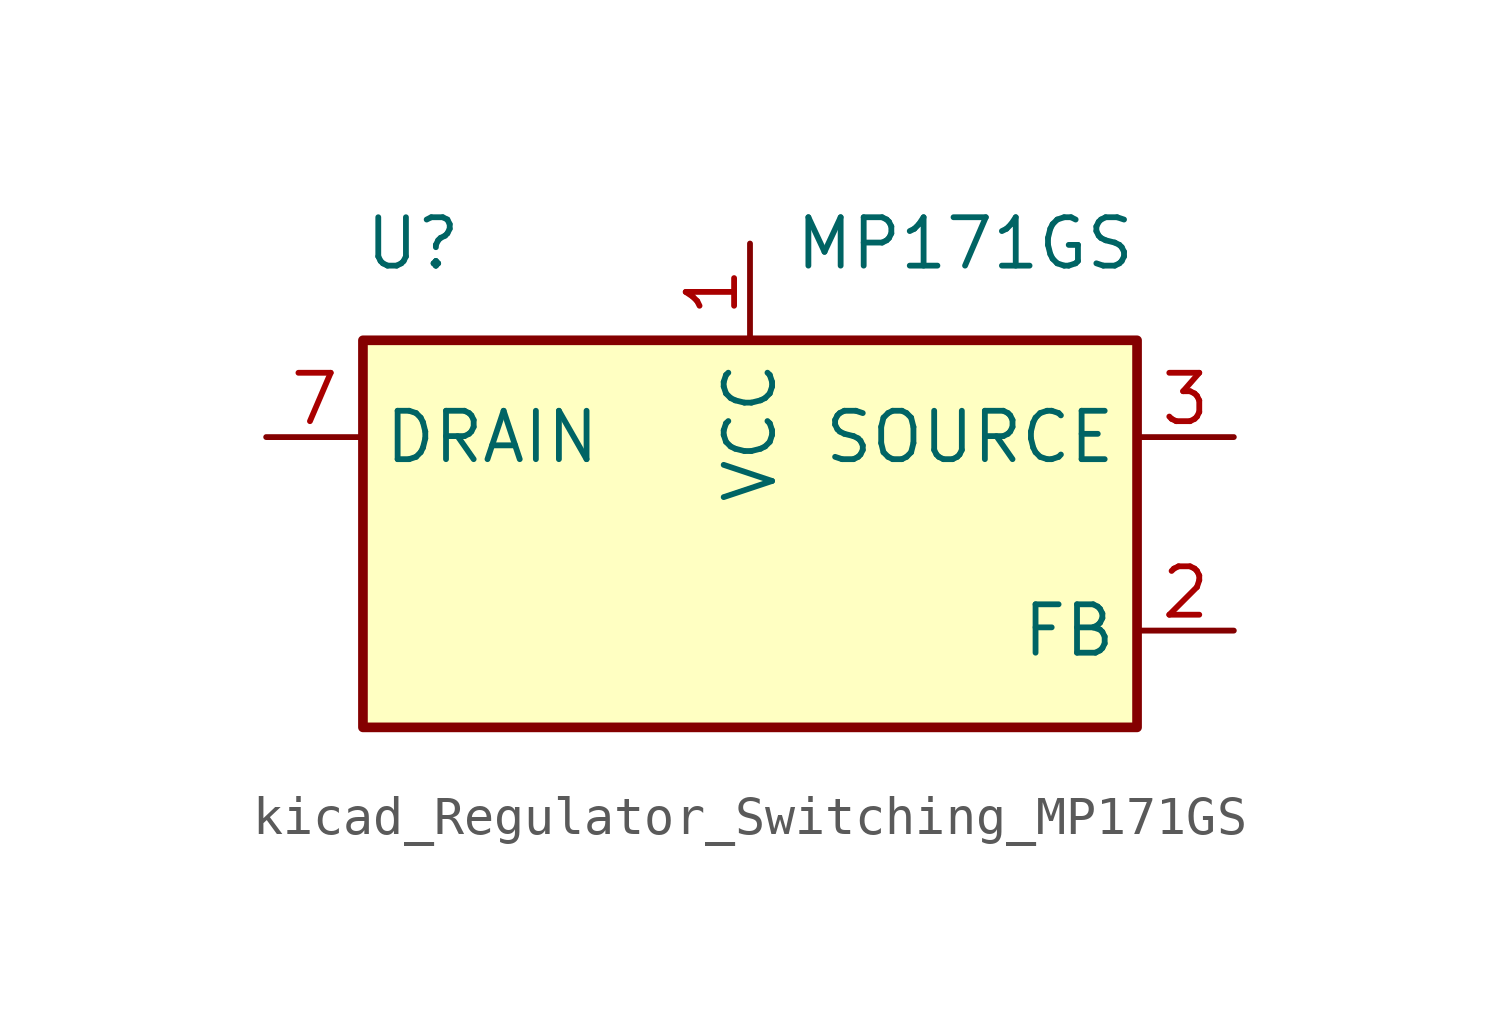
<source format=kicad_sym>
(kicad_symbol_lib
  (version 20220914)
  (generator kicad_symbol_editor)
  (symbol "kicad_Regulator_Switching_MP171GS"
    (property "Reference" "U"
      (at -10.16 7.62 0)
      (effects (font (size 1.27 1.27)) (justify left)))
    (property "Value" "MP171GS"
      (at 10.16 7.62 0)
      (effects (font (size 1.27 1.27)) (justify right)))
    (symbol "kicad_Regulator_Switching_MP171GS_1_1"
      (rectangle (start 10.16 5.08) (end -10.16 -5.08) (stroke (width 0.254) (type default)) (fill (type background)))
      (pin power_in line (at 0 7.62 270) (length 2.54) (name "VCC" (effects (font (size 1.27 1.27)))) (number "1" (effects (font (size 1.27 1.27)))))
      (pin passive line (at 12.7 -2.54 180) (length 2.54) (name "FB" (effects (font (size 1.27 1.27)))) (number "2" (effects (font (size 1.27 1.27)))))
      (pin power_out line (at 12.7 2.54 180) (length 2.54) (name "SOURCE" (effects (font (size 1.27 1.27)))) (number "3" (effects (font (size 1.27 1.27)))))
      (pin passive line (at 12.7 2.54 180) (length 2.54) hide (name "SOURCE" (effects (font (size 1.27 1.27)))) (number "4" (effects (font (size 1.27 1.27)))))
      (pin no_connect line (at -10.16 0 0) (length 2.54) hide (name "NC" (effects (font (size 1.27 1.27)))) (number "5" (effects (font (size 1.27 1.27)))))
      (pin no_connect line (at -10.16 -2.54 0) (length 2.54) hide (name "NC" (effects (font (size 1.27 1.27)))) (number "6" (effects (font (size 1.27 1.27)))))
      (pin power_in line (at -12.7 2.54 0) (length 2.54) (name "DRAIN" (effects (font (size 1.27 1.27)))) (number "7" (effects (font (size 1.27 1.27)))))
      (pin no_connect line (at 10.16 0 180) (length 2.54) hide (name "NC" (effects (font (size 1.27 1.27)))) (number "8" (effects (font (size 1.27 1.27))))))))
</source>
